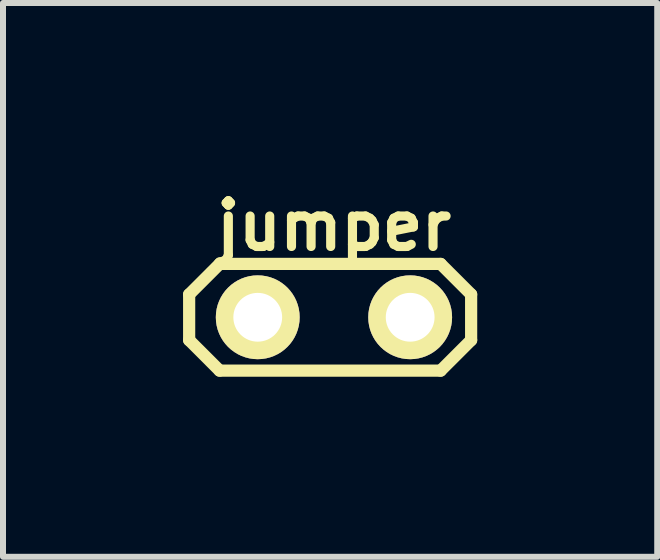
<source format=kicad_pcb>
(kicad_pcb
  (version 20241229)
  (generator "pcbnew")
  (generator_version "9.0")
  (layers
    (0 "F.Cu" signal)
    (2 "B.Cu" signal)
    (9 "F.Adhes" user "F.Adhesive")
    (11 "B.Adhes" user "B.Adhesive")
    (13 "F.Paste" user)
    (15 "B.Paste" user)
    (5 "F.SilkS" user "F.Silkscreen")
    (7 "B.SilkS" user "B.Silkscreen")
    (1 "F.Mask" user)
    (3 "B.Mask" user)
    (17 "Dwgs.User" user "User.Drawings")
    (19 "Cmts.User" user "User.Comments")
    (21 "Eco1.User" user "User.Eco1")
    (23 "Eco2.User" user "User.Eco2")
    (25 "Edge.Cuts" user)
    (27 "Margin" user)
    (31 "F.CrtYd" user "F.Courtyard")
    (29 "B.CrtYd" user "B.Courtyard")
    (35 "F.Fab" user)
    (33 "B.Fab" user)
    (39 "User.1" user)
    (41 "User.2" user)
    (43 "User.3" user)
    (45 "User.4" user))
  (footprint "jumper"
    (layer "F.Cu")
    (at 2.515 2.237)
    (property "Reference" "jumper" (at 0 -1.524 0) (layer "F.SilkS") (effects (font (size 0.762 0.762) (thickness 0.152))))
    (attr through_hole)
    (fp_line (start -2.413 -0.381) (end -1.905 -0.889) (stroke (width 0.203) (type solid)) (layer "F.SilkS"))
    (fp_line (start -2.413 0.381) (end -2.413 -0.381) (stroke (width 0.203) (type solid)) (layer "F.SilkS"))
    (fp_line (start -1.905 -0.889) (end 1.778 -0.889) (stroke (width 0.203) (type solid)) (layer "F.SilkS"))
    (fp_line (start -1.905 0.889) (end -2.413 0.381) (stroke (width 0.203) (type solid)) (layer "F.SilkS"))
    (fp_line (start 1.778 -0.889) (end 2.286 -0.381) (stroke (width 0.203) (type solid)) (layer "F.SilkS"))
    (fp_line (start 1.778 0.889) (end -1.905 0.889) (stroke (width 0.203) (type solid)) (layer "F.SilkS"))
    (fp_line (start 2.286 -0.381) (end 2.286 0.381) (stroke (width 0.203) (type solid)) (layer "F.SilkS"))
    (fp_line (start 2.286 0.381) (end 1.778 0.889) (stroke (width 0.203) (type solid)) (layer "F.SilkS"))
    (pad "1" thru_hole circle (at -1.27 0) (size 1.397 1.397) (drill 0.813) (layers "*.Cu" "*.Mask" "F.SilkS"))
    (pad "1" thru_hole circle (at 1.27 0) (size 1.397 1.397) (drill 0.813) (layers "*.Cu" "*.Mask" "F.SilkS")))
  (gr_rect
    (start -3 -3)
    (end 7.902 6.228)
    (stroke (width 0.1) (type default))
    (fill no)
    (layer "Edge.Cuts")))
</source>
